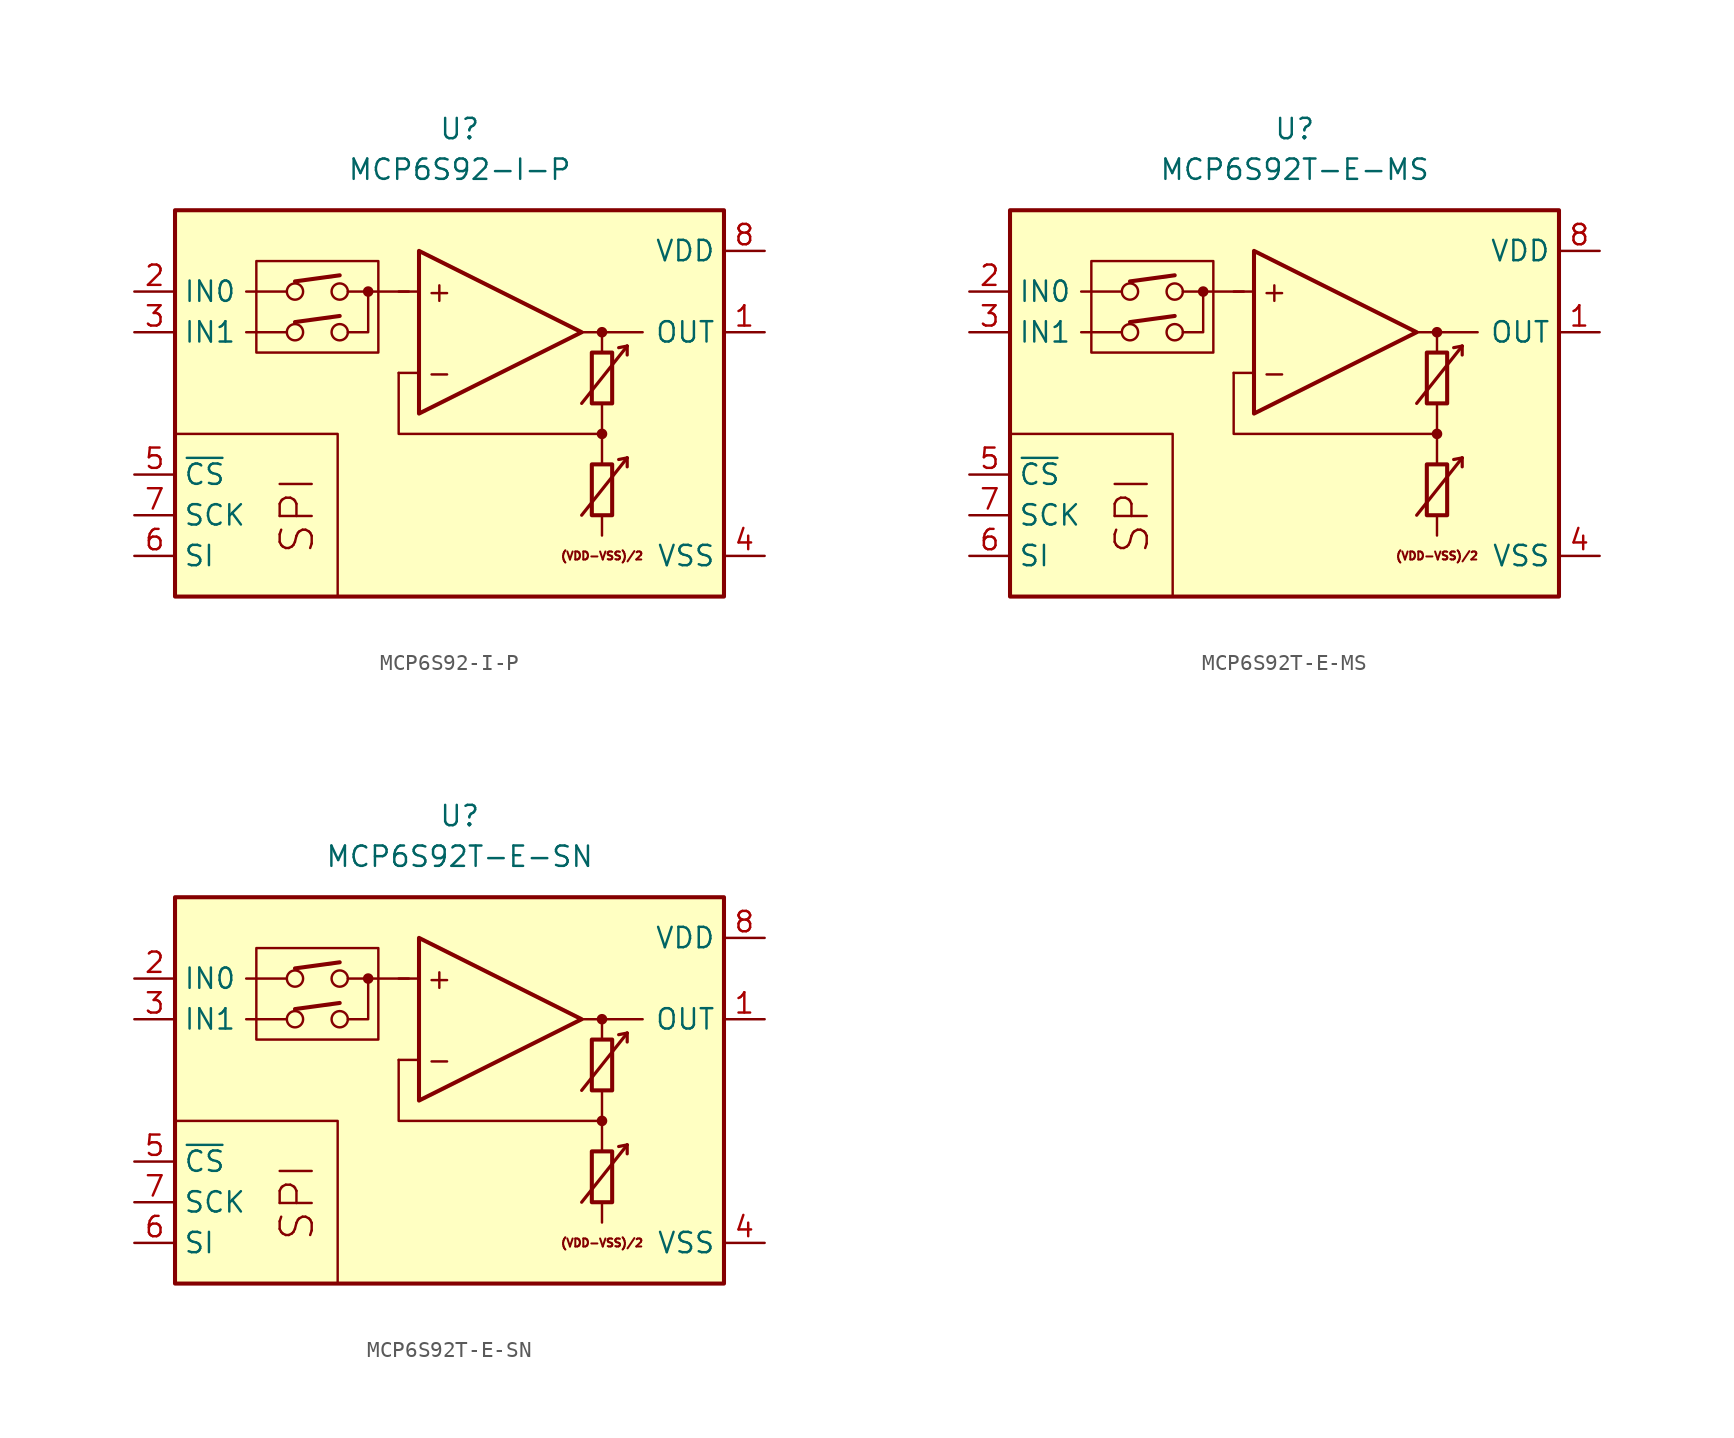
<source format=kicad_sym>
(kicad_symbol_lib
  (version 20211014)
  (generator kicad_symbol_editor)
  (symbol "MCP6S92-I-P"
    (property "Reference" "U"
      (at 0 17.78 0)
      (effects (font (size 1.27 1.27))))
    (property "Value" "MCP6S92-I-P"
      (at 0 15.24 0)
      (effects (font (size 1.27 1.27))))
    (symbol "MCP6S92-I-P_0_0"
      (rectangle (start -17.78 12.7) (end 16.51 -11.43) (stroke (width 0.254) (type default) (color 0 0 0 0)) (fill (type background)))
      (rectangle (start -12.7 9.525) (end -5.08 3.81) (stroke (width 0.152) (type default) (color 0 0 0 0)) (fill (type none)))
      (circle (center -10.287 5.08) (radius 0.508) (stroke (width 0) (type default) (color 0 0 0 0)) (fill (type none)))
      (circle (center -10.287 7.62) (radius 0.508) (stroke (width 0) (type default) (color 0 0 0 0)) (fill (type none)))
      (circle (center -7.493 5.08) (radius 0.508) (stroke (width 0) (type default) (color 0 0 0 0)) (fill (type none)))
      (circle (center -7.493 7.62) (radius 0.508) (stroke (width 0) (type default) (color 0 0 0 0)) (fill (type none)))
      (circle (center -5.715 7.62) (radius 0.254) (stroke (width 0.152) (type default) (color 0 0 0 0)) (fill (type outline)))
      (polyline (pts (xy 8.89 -3.81)) (stroke (width 0.152) (type default) (color 0 0 0 0)) (fill (type none)))
      (polyline (pts (xy 8.89 3.81)) (stroke (width 0.152) (type default) (color 0 0 0 0)) (fill (type none)))
      (polyline (pts (xy -10.795 5.08) (xy -13.335 5.08)) (stroke (width 0.152) (type default) (color 0 0 0 0)) (fill (type none)))
      (polyline (pts (xy -10.795 7.62) (xy -13.335 7.62)) (stroke (width 0.152) (type default) (color 0 0 0 0)) (fill (type none)))
      (polyline (pts (xy -10.287 5.715) (xy -7.493 6.096)) (stroke (width 0.254) (type default) (color 0 0 0 0)) (fill (type none)))
      (polyline (pts (xy -10.287 8.255) (xy -7.493 8.636)) (stroke (width 0.254) (type default) (color 0 0 0 0)) (fill (type none)))
      (polyline (pts (xy -3.175 7.62) (xy -6.985 7.62)) (stroke (width 0.152) (type default) (color 0 0 0 0)) (fill (type none)))
      (polyline (pts (xy -2.54 2.54) (xy -3.81 2.54)) (stroke (width 0.152) (type default) (color 0 0 0 0)) (fill (type none)))
      (polyline (pts (xy -2.54 7.62) (xy -3.81 7.62)) (stroke (width 0.152) (type default) (color 0 0 0 0)) (fill (type none)))
      (polyline (pts (xy 7.62 5.08) (xy 11.43 5.08)) (stroke (width 0.152) (type default) (color 0 0 0 0)) (fill (type none)))
      (polyline (pts (xy 8.89 -6.35) (xy 8.89 -7.62)) (stroke (width 0.152) (type default) (color 0 0 0 0)) (fill (type none)))
      (polyline (pts (xy 8.89 -1.27) (xy 8.89 -3.175)) (stroke (width 0.152) (type default) (color 0 0 0 0)) (fill (type none)))
      (polyline (pts (xy 8.89 0.635) (xy 8.89 -1.27)) (stroke (width 0.152) (type default) (color 0 0 0 0)) (fill (type none)))
      (polyline (pts (xy 8.89 5.08) (xy 8.89 3.81)) (stroke (width 0.152) (type default) (color 0 0 0 0)) (fill (type none)))
      (polyline (pts (xy -7.62 -11.43) (xy -7.62 -1.27) (xy -17.78 -1.27)) (stroke (width 0.152) (type default) (color 0 0 0 0)) (fill (type none)))
      (polyline (pts (xy -6.985 5.08) (xy -5.715 5.08) (xy -5.715 7.62)) (stroke (width 0.152) (type default) (color 0 0 0 0)) (fill (type none)))
      (polyline (pts (xy 8.89 -1.27) (xy -3.81 -1.27) (xy -3.81 2.54)) (stroke (width 0.152) (type default) (color 0 0 0 0)) (fill (type none)))
      (circle (center 8.89 -1.27) (radius 0.254) (stroke (width 0.152) (type default) (color 0 0 0 0)) (fill (type outline)))
      (circle (center 8.89 5.08) (radius 0.254) (stroke (width 0.152) (type default) (color 0 0 0 0)) (fill (type outline)))
      (text "(VDD-VSS)/2" (at 8.89 -8.89 0) (effects (font (size 0.5 0.5))))
      (text "+" (at -1.27 7.62 0) (effects (font (size 1.27 1.27))))
      (text "-" (at -1.27 2.54 0) (effects (font (size 1.27 1.27))))
      (text "SPI" (at -10.16 -6.35 900) (effects (font (size 2 2)))))
    (symbol "MCP6S92-I-P_0_1"
      (polyline (pts (xy 10.465 -2.769) (xy 9.931 -2.87)) (stroke (width 0.2) (type default) (color 0 0 0 0)) (fill (type none)))
      (polyline (pts (xy 10.465 -2.769) (xy 10.465 -3.327)) (stroke (width 0.2) (type default) (color 0 0 0 0)) (fill (type none)))
      (polyline (pts (xy 10.465 4.216) (xy 9.931 4.115)) (stroke (width 0.2) (type default) (color 0 0 0 0)) (fill (type none)))
      (polyline (pts (xy 10.465 4.216) (xy 10.465 3.658)) (stroke (width 0.2) (type default) (color 0 0 0 0)) (fill (type none)))
      (polyline (pts (xy -2.54 10.16) (xy -2.54 0) (xy 7.62 5.08) (xy -2.54 10.16)) (stroke (width 0.254) (type default) (color 0 0 0 0)) (fill (type background)))
      (polyline (pts (xy 7.62 -6.35) (xy 10.465 -2.769) (xy 10.465 -2.769) (xy 10.465 -2.769)) (stroke (width 0.2) (type default) (color 0 0 0 0)) (fill (type none)))
      (polyline (pts (xy 7.62 0.635) (xy 10.465 4.216) (xy 10.465 4.216) (xy 10.465 4.216)) (stroke (width 0.2) (type default) (color 0 0 0 0)) (fill (type none)))
      (rectangle (start 8.255 -3.175) (end 9.525 -6.35) (stroke (width 0.254) (type default) (color 0 0 0 0)) (fill (type none)))
      (rectangle (start 8.255 3.81) (end 9.525 0.635) (stroke (width 0.254) (type default) (color 0 0 0 0)) (fill (type none))))
    (symbol "MCP6S92-I-P_1_1"
      (pin output line (at 19.05 5.08 180) (length 2.54) (name "OUT" (effects (font (size 1.27 1.27)))) (number "1" (effects (font (size 1.27 1.27)))))
      (pin input line (at -20.32 7.62 0) (length 2.54) (name "IN0" (effects (font (size 1.27 1.27)))) (number "2" (effects (font (size 1.27 1.27)))))
      (pin input line (at -20.32 5.08 0) (length 2.54) (name "IN1" (effects (font (size 1.27 1.27)))) (number "3" (effects (font (size 1.27 1.27)))))
      (pin power_in line (at 19.05 -8.89 180) (length 2.54) (name "VSS" (effects (font (size 1.27 1.27)))) (number "4" (effects (font (size 1.27 1.27)))))
      (pin input line (at -20.32 -3.81 0) (length 2.54) (name "~{CS}" (effects (font (size 1.27 1.27)))) (number "5" (effects (font (size 1.27 1.27)))))
      (pin input line (at -20.32 -8.89 0) (length 2.54) (name "SI" (effects (font (size 1.27 1.27)))) (number "6" (effects (font (size 1.27 1.27)))))
      (pin input line (at -20.32 -6.35 0) (length 2.54) (name "SCK" (effects (font (size 1.27 1.27)))) (number "7" (effects (font (size 1.27 1.27)))))
      (pin power_in line (at 19.05 10.16 180) (length 2.54) (name "VDD" (effects (font (size 1.27 1.27)))) (number "8" (effects (font (size 1.27 1.27)))))))
  (symbol "MCP6S92T-E-MS"
    (property "Reference" "U"
      (at 0 17.78 0)
      (effects (font (size 1.27 1.27))))
    (property "Value" "MCP6S92T-E-MS"
      (at 0 15.24 0)
      (effects (font (size 1.27 1.27))))
    (symbol "MCP6S92T-E-MS_0_0"
      (rectangle (start -17.78 12.7) (end 16.51 -11.43) (stroke (width 0.254) (type default) (color 0 0 0 0)) (fill (type background)))
      (rectangle (start -12.7 9.525) (end -5.08 3.81) (stroke (width 0.152) (type default) (color 0 0 0 0)) (fill (type none)))
      (circle (center -10.287 5.08) (radius 0.508) (stroke (width 0) (type default) (color 0 0 0 0)) (fill (type none)))
      (circle (center -10.287 7.62) (radius 0.508) (stroke (width 0) (type default) (color 0 0 0 0)) (fill (type none)))
      (circle (center -7.493 5.08) (radius 0.508) (stroke (width 0) (type default) (color 0 0 0 0)) (fill (type none)))
      (circle (center -7.493 7.62) (radius 0.508) (stroke (width 0) (type default) (color 0 0 0 0)) (fill (type none)))
      (circle (center -5.715 7.62) (radius 0.254) (stroke (width 0.152) (type default) (color 0 0 0 0)) (fill (type outline)))
      (polyline (pts (xy 8.89 -3.81)) (stroke (width 0.152) (type default) (color 0 0 0 0)) (fill (type none)))
      (polyline (pts (xy 8.89 3.81)) (stroke (width 0.152) (type default) (color 0 0 0 0)) (fill (type none)))
      (polyline (pts (xy -10.795 5.08) (xy -13.335 5.08)) (stroke (width 0.152) (type default) (color 0 0 0 0)) (fill (type none)))
      (polyline (pts (xy -10.795 7.62) (xy -13.335 7.62)) (stroke (width 0.152) (type default) (color 0 0 0 0)) (fill (type none)))
      (polyline (pts (xy -10.287 5.715) (xy -7.493 6.096)) (stroke (width 0.254) (type default) (color 0 0 0 0)) (fill (type none)))
      (polyline (pts (xy -10.287 8.255) (xy -7.493 8.636)) (stroke (width 0.254) (type default) (color 0 0 0 0)) (fill (type none)))
      (polyline (pts (xy -3.175 7.62) (xy -6.985 7.62)) (stroke (width 0.152) (type default) (color 0 0 0 0)) (fill (type none)))
      (polyline (pts (xy -2.54 2.54) (xy -3.81 2.54)) (stroke (width 0.152) (type default) (color 0 0 0 0)) (fill (type none)))
      (polyline (pts (xy -2.54 7.62) (xy -3.81 7.62)) (stroke (width 0.152) (type default) (color 0 0 0 0)) (fill (type none)))
      (polyline (pts (xy 7.62 5.08) (xy 11.43 5.08)) (stroke (width 0.152) (type default) (color 0 0 0 0)) (fill (type none)))
      (polyline (pts (xy 8.89 -6.35) (xy 8.89 -7.62)) (stroke (width 0.152) (type default) (color 0 0 0 0)) (fill (type none)))
      (polyline (pts (xy 8.89 -1.27) (xy 8.89 -3.175)) (stroke (width 0.152) (type default) (color 0 0 0 0)) (fill (type none)))
      (polyline (pts (xy 8.89 0.635) (xy 8.89 -1.27)) (stroke (width 0.152) (type default) (color 0 0 0 0)) (fill (type none)))
      (polyline (pts (xy 8.89 5.08) (xy 8.89 3.81)) (stroke (width 0.152) (type default) (color 0 0 0 0)) (fill (type none)))
      (polyline (pts (xy -7.62 -11.43) (xy -7.62 -1.27) (xy -17.78 -1.27)) (stroke (width 0.152) (type default) (color 0 0 0 0)) (fill (type none)))
      (polyline (pts (xy -6.985 5.08) (xy -5.715 5.08) (xy -5.715 7.62)) (stroke (width 0.152) (type default) (color 0 0 0 0)) (fill (type none)))
      (polyline (pts (xy 8.89 -1.27) (xy -3.81 -1.27) (xy -3.81 2.54)) (stroke (width 0.152) (type default) (color 0 0 0 0)) (fill (type none)))
      (circle (center 8.89 -1.27) (radius 0.254) (stroke (width 0.152) (type default) (color 0 0 0 0)) (fill (type outline)))
      (circle (center 8.89 5.08) (radius 0.254) (stroke (width 0.152) (type default) (color 0 0 0 0)) (fill (type outline)))
      (text "(VDD-VSS)/2" (at 8.89 -8.89 0) (effects (font (size 0.5 0.5))))
      (text "+" (at -1.27 7.62 0) (effects (font (size 1.27 1.27))))
      (text "-" (at -1.27 2.54 0) (effects (font (size 1.27 1.27))))
      (text "SPI" (at -10.16 -6.35 900) (effects (font (size 2 2)))))
    (symbol "MCP6S92T-E-MS_0_1"
      (polyline (pts (xy 10.465 -2.769) (xy 9.931 -2.87)) (stroke (width 0.2) (type default) (color 0 0 0 0)) (fill (type none)))
      (polyline (pts (xy 10.465 -2.769) (xy 10.465 -3.327)) (stroke (width 0.2) (type default) (color 0 0 0 0)) (fill (type none)))
      (polyline (pts (xy 10.465 4.216) (xy 9.931 4.115)) (stroke (width 0.2) (type default) (color 0 0 0 0)) (fill (type none)))
      (polyline (pts (xy 10.465 4.216) (xy 10.465 3.658)) (stroke (width 0.2) (type default) (color 0 0 0 0)) (fill (type none)))
      (polyline (pts (xy -2.54 10.16) (xy -2.54 0) (xy 7.62 5.08) (xy -2.54 10.16)) (stroke (width 0.254) (type default) (color 0 0 0 0)) (fill (type background)))
      (polyline (pts (xy 7.62 -6.35) (xy 10.465 -2.769) (xy 10.465 -2.769) (xy 10.465 -2.769)) (stroke (width 0.2) (type default) (color 0 0 0 0)) (fill (type none)))
      (polyline (pts (xy 7.62 0.635) (xy 10.465 4.216) (xy 10.465 4.216) (xy 10.465 4.216)) (stroke (width 0.2) (type default) (color 0 0 0 0)) (fill (type none)))
      (rectangle (start 8.255 -3.175) (end 9.525 -6.35) (stroke (width 0.254) (type default) (color 0 0 0 0)) (fill (type none)))
      (rectangle (start 8.255 3.81) (end 9.525 0.635) (stroke (width 0.254) (type default) (color 0 0 0 0)) (fill (type none))))
    (symbol "MCP6S92T-E-MS_1_1"
      (pin output line (at 19.05 5.08 180) (length 2.54) (name "OUT" (effects (font (size 1.27 1.27)))) (number "1" (effects (font (size 1.27 1.27)))))
      (pin input line (at -20.32 7.62 0) (length 2.54) (name "IN0" (effects (font (size 1.27 1.27)))) (number "2" (effects (font (size 1.27 1.27)))))
      (pin input line (at -20.32 5.08 0) (length 2.54) (name "IN1" (effects (font (size 1.27 1.27)))) (number "3" (effects (font (size 1.27 1.27)))))
      (pin power_in line (at 19.05 -8.89 180) (length 2.54) (name "VSS" (effects (font (size 1.27 1.27)))) (number "4" (effects (font (size 1.27 1.27)))))
      (pin input line (at -20.32 -3.81 0) (length 2.54) (name "~{CS}" (effects (font (size 1.27 1.27)))) (number "5" (effects (font (size 1.27 1.27)))))
      (pin input line (at -20.32 -8.89 0) (length 2.54) (name "SI" (effects (font (size 1.27 1.27)))) (number "6" (effects (font (size 1.27 1.27)))))
      (pin input line (at -20.32 -6.35 0) (length 2.54) (name "SCK" (effects (font (size 1.27 1.27)))) (number "7" (effects (font (size 1.27 1.27)))))
      (pin power_in line (at 19.05 10.16 180) (length 2.54) (name "VDD" (effects (font (size 1.27 1.27)))) (number "8" (effects (font (size 1.27 1.27)))))))
  (symbol "MCP6S92T-E-SN"
    (property "Reference" "U"
      (at 0 17.78 0)
      (effects (font (size 1.27 1.27))))
    (property "Value" "MCP6S92T-E-SN"
      (at 0 15.24 0)
      (effects (font (size 1.27 1.27))))
    (symbol "MCP6S92T-E-SN_0_0"
      (rectangle (start -17.78 12.7) (end 16.51 -11.43) (stroke (width 0.254) (type default) (color 0 0 0 0)) (fill (type background)))
      (rectangle (start -12.7 9.525) (end -5.08 3.81) (stroke (width 0.152) (type default) (color 0 0 0 0)) (fill (type none)))
      (circle (center -10.287 5.08) (radius 0.508) (stroke (width 0) (type default) (color 0 0 0 0)) (fill (type none)))
      (circle (center -10.287 7.62) (radius 0.508) (stroke (width 0) (type default) (color 0 0 0 0)) (fill (type none)))
      (circle (center -7.493 5.08) (radius 0.508) (stroke (width 0) (type default) (color 0 0 0 0)) (fill (type none)))
      (circle (center -7.493 7.62) (radius 0.508) (stroke (width 0) (type default) (color 0 0 0 0)) (fill (type none)))
      (circle (center -5.715 7.62) (radius 0.254) (stroke (width 0.152) (type default) (color 0 0 0 0)) (fill (type outline)))
      (polyline (pts (xy 8.89 -3.81)) (stroke (width 0.152) (type default) (color 0 0 0 0)) (fill (type none)))
      (polyline (pts (xy 8.89 3.81)) (stroke (width 0.152) (type default) (color 0 0 0 0)) (fill (type none)))
      (polyline (pts (xy -10.795 5.08) (xy -13.335 5.08)) (stroke (width 0.152) (type default) (color 0 0 0 0)) (fill (type none)))
      (polyline (pts (xy -10.795 7.62) (xy -13.335 7.62)) (stroke (width 0.152) (type default) (color 0 0 0 0)) (fill (type none)))
      (polyline (pts (xy -10.287 5.715) (xy -7.493 6.096)) (stroke (width 0.254) (type default) (color 0 0 0 0)) (fill (type none)))
      (polyline (pts (xy -10.287 8.255) (xy -7.493 8.636)) (stroke (width 0.254) (type default) (color 0 0 0 0)) (fill (type none)))
      (polyline (pts (xy -3.175 7.62) (xy -6.985 7.62)) (stroke (width 0.152) (type default) (color 0 0 0 0)) (fill (type none)))
      (polyline (pts (xy -2.54 2.54) (xy -3.81 2.54)) (stroke (width 0.152) (type default) (color 0 0 0 0)) (fill (type none)))
      (polyline (pts (xy -2.54 7.62) (xy -3.81 7.62)) (stroke (width 0.152) (type default) (color 0 0 0 0)) (fill (type none)))
      (polyline (pts (xy 7.62 5.08) (xy 11.43 5.08)) (stroke (width 0.152) (type default) (color 0 0 0 0)) (fill (type none)))
      (polyline (pts (xy 8.89 -6.35) (xy 8.89 -7.62)) (stroke (width 0.152) (type default) (color 0 0 0 0)) (fill (type none)))
      (polyline (pts (xy 8.89 -1.27) (xy 8.89 -3.175)) (stroke (width 0.152) (type default) (color 0 0 0 0)) (fill (type none)))
      (polyline (pts (xy 8.89 0.635) (xy 8.89 -1.27)) (stroke (width 0.152) (type default) (color 0 0 0 0)) (fill (type none)))
      (polyline (pts (xy 8.89 5.08) (xy 8.89 3.81)) (stroke (width 0.152) (type default) (color 0 0 0 0)) (fill (type none)))
      (polyline (pts (xy -7.62 -11.43) (xy -7.62 -1.27) (xy -17.78 -1.27)) (stroke (width 0.152) (type default) (color 0 0 0 0)) (fill (type none)))
      (polyline (pts (xy -6.985 5.08) (xy -5.715 5.08) (xy -5.715 7.62)) (stroke (width 0.152) (type default) (color 0 0 0 0)) (fill (type none)))
      (polyline (pts (xy 8.89 -1.27) (xy -3.81 -1.27) (xy -3.81 2.54)) (stroke (width 0.152) (type default) (color 0 0 0 0)) (fill (type none)))
      (circle (center 8.89 -1.27) (radius 0.254) (stroke (width 0.152) (type default) (color 0 0 0 0)) (fill (type outline)))
      (circle (center 8.89 5.08) (radius 0.254) (stroke (width 0.152) (type default) (color 0 0 0 0)) (fill (type outline)))
      (text "(VDD-VSS)/2" (at 8.89 -8.89 0) (effects (font (size 0.5 0.5))))
      (text "+" (at -1.27 7.62 0) (effects (font (size 1.27 1.27))))
      (text "-" (at -1.27 2.54 0) (effects (font (size 1.27 1.27))))
      (text "SPI" (at -10.16 -6.35 900) (effects (font (size 2 2)))))
    (symbol "MCP6S92T-E-SN_0_1"
      (polyline (pts (xy 10.465 -2.769) (xy 9.931 -2.87)) (stroke (width 0.2) (type default) (color 0 0 0 0)) (fill (type none)))
      (polyline (pts (xy 10.465 -2.769) (xy 10.465 -3.327)) (stroke (width 0.2) (type default) (color 0 0 0 0)) (fill (type none)))
      (polyline (pts (xy 10.465 4.216) (xy 9.931 4.115)) (stroke (width 0.2) (type default) (color 0 0 0 0)) (fill (type none)))
      (polyline (pts (xy 10.465 4.216) (xy 10.465 3.658)) (stroke (width 0.2) (type default) (color 0 0 0 0)) (fill (type none)))
      (polyline (pts (xy -2.54 10.16) (xy -2.54 0) (xy 7.62 5.08) (xy -2.54 10.16)) (stroke (width 0.254) (type default) (color 0 0 0 0)) (fill (type background)))
      (polyline (pts (xy 7.62 -6.35) (xy 10.465 -2.769) (xy 10.465 -2.769) (xy 10.465 -2.769)) (stroke (width 0.2) (type default) (color 0 0 0 0)) (fill (type none)))
      (polyline (pts (xy 7.62 0.635) (xy 10.465 4.216) (xy 10.465 4.216) (xy 10.465 4.216)) (stroke (width 0.2) (type default) (color 0 0 0 0)) (fill (type none)))
      (rectangle (start 8.255 -3.175) (end 9.525 -6.35) (stroke (width 0.254) (type default) (color 0 0 0 0)) (fill (type none)))
      (rectangle (start 8.255 3.81) (end 9.525 0.635) (stroke (width 0.254) (type default) (color 0 0 0 0)) (fill (type none))))
    (symbol "MCP6S92T-E-SN_1_1"
      (pin output line (at 19.05 5.08 180) (length 2.54) (name "OUT" (effects (font (size 1.27 1.27)))) (number "1" (effects (font (size 1.27 1.27)))))
      (pin input line (at -20.32 7.62 0) (length 2.54) (name "IN0" (effects (font (size 1.27 1.27)))) (number "2" (effects (font (size 1.27 1.27)))))
      (pin input line (at -20.32 5.08 0) (length 2.54) (name "IN1" (effects (font (size 1.27 1.27)))) (number "3" (effects (font (size 1.27 1.27)))))
      (pin power_in line (at 19.05 -8.89 180) (length 2.54) (name "VSS" (effects (font (size 1.27 1.27)))) (number "4" (effects (font (size 1.27 1.27)))))
      (pin input line (at -20.32 -3.81 0) (length 2.54) (name "~{CS}" (effects (font (size 1.27 1.27)))) (number "5" (effects (font (size 1.27 1.27)))))
      (pin input line (at -20.32 -8.89 0) (length 2.54) (name "SI" (effects (font (size 1.27 1.27)))) (number "6" (effects (font (size 1.27 1.27)))))
      (pin input line (at -20.32 -6.35 0) (length 2.54) (name "SCK" (effects (font (size 1.27 1.27)))) (number "7" (effects (font (size 1.27 1.27)))))
      (pin power_in line (at 19.05 10.16 180) (length 2.54) (name "VDD" (effects (font (size 1.27 1.27)))) (number "8" (effects (font (size 1.27 1.27))))))))
</source>
